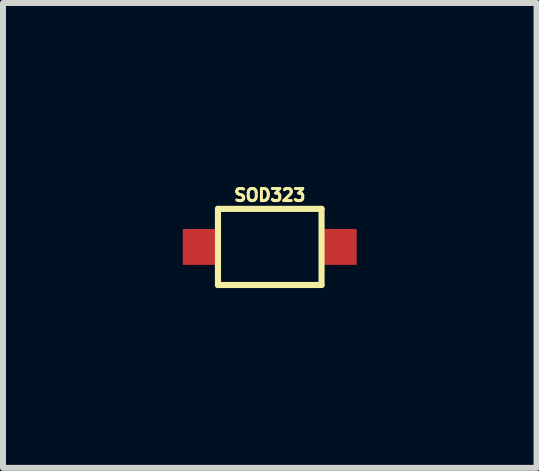
<source format=kicad_pcb>
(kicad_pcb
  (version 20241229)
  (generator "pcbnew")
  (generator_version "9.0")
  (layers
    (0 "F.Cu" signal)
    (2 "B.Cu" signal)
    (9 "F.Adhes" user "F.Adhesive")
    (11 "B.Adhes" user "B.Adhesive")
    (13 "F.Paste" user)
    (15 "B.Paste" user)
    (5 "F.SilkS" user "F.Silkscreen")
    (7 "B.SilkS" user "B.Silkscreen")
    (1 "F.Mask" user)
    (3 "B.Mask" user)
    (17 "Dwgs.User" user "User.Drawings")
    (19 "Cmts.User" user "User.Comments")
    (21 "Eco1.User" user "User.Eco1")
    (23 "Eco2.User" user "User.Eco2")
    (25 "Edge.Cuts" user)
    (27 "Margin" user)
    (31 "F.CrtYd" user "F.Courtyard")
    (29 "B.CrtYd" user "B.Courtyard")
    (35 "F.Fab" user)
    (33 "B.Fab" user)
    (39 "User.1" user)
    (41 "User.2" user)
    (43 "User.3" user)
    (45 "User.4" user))
  (footprint "SOD323"
    (layer "F.Cu")
    (at 1.45 1.069)
    (property "Reference" "SOD323" (at 0 -0.864 0) (layer "F.SilkS") (effects (font (size 0.201 0.201) (thickness 0.051))))
    (attr through_hole)
    (fp_line (start -0.864 -0.635) (end 0.864 -0.635) (stroke (width 0.102) (type solid)) (layer "F.SilkS"))
    (fp_line (start -0.864 0.635) (end -0.864 -0.635) (stroke (width 0.102) (type solid)) (layer "F.SilkS"))
    (fp_line (start 0.864 -0.635) (end 0.864 0.635) (stroke (width 0.102) (type solid)) (layer "F.SilkS"))
    (fp_line (start 0.864 0.635) (end -0.864 0.635) (stroke (width 0.102) (type solid)) (layer "F.SilkS"))
    (pad "1" smd rect (at -1.151 0) (size 0.599 0.599) (layers "F.Cu" "F.Mask" "F.Paste"))
    (pad "2" smd rect (at 1.151 0) (size 0.599 0.599) (layers "F.Cu" "F.Mask" "F.Paste")))
  (gr_rect
    (start -3 -3)
    (end 5.901 4.755)
    (stroke (width 0.1) (type default))
    (fill no)
    (layer "Edge.Cuts")))
</source>
